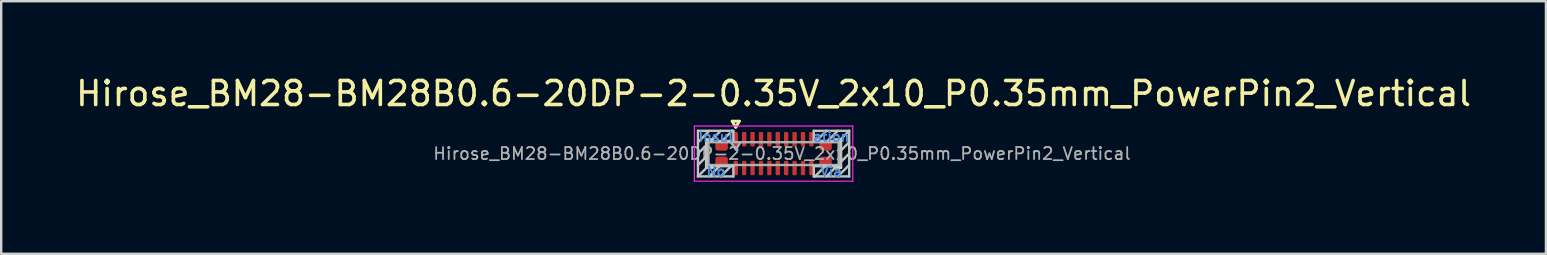
<source format=kicad_pcb>
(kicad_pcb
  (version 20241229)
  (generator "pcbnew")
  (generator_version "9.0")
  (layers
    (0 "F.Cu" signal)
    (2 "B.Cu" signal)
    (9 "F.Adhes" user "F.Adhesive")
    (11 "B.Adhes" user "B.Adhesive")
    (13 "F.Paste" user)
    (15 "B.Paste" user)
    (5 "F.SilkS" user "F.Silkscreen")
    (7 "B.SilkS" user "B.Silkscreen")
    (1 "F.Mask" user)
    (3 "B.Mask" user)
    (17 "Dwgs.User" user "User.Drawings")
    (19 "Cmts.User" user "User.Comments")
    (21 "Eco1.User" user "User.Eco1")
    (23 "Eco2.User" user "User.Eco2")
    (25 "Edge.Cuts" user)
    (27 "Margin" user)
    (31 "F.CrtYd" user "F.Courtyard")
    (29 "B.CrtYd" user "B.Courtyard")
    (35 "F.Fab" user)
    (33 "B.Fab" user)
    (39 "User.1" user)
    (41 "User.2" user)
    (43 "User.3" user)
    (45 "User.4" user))
  (footprint "Hirose_BM28-BM28B0.6-20DP-2-0.35V_2x10_P0.35mm_PowerPin2_Vertical"
    (layer "F.Cu")
    (at 29.173 3.348)
    (property "Reference" "Hirose_BM28-BM28B0.6-20DP-2-0.35V_2x10_P0.35mm_PowerPin2_Vertical" (at 0 -2.5 0) (layer "F.SilkS") (effects (font (size 1 1) (thickness 0.15))))
    (attr smd)
    (fp_line (start -2.799 -0.575) (end -2.549 -0.575) (stroke (width 0.12) (type solid)) (layer "F.SilkS"))
    (fp_line (start -2.799 0.575) (end -2.799 -0.575) (stroke (width 0.12) (type solid)) (layer "F.SilkS"))
    (fp_line (start -2.799 0.575) (end -2.549 0.575) (stroke (width 0.12) (type solid)) (layer "F.SilkS"))
    (fp_line (start -1.725 -1.35) (end -1.575 -1.1) (stroke (width 0.12) (type solid)) (layer "F.SilkS"))
    (fp_line (start -1.575 -1.1) (end -1.425 -1.35) (stroke (width 0.12) (type solid)) (layer "F.SilkS"))
    (fp_line (start -1.425 -1.35) (end -1.725 -1.35) (stroke (width 0.12) (type solid)) (layer "F.SilkS"))
    (fp_line (start 2.8 -0.575) (end 2.55 -0.575) (stroke (width 0.12) (type solid)) (layer "F.SilkS"))
    (fp_line (start 2.8 -0.575) (end 2.8 0.575) (stroke (width 0.12) (type solid)) (layer "F.SilkS"))
    (fp_line (start 2.8 0.575) (end 2.55 0.575) (stroke (width 0.12) (type solid)) (layer "F.SilkS"))
    (fp_line (start -3.15 -0.95) (end -3.15 0.95) (stroke (width 0.1) (type solid)) (layer "Dwgs.User"))
    (fp_line (start -3.15 0.475) (end -2.8 0.125) (stroke (width 0.1) (type solid)) (layer "Dwgs.User"))
    (fp_line (start -3.15 0.95) (end -2.725 0.525) (stroke (width 0.1) (type solid)) (layer "Dwgs.User"))
    (fp_line (start -3.15 0.95) (end -1.675 0.95) (stroke (width 0.1) (type solid)) (layer "Dwgs.User"))
    (fp_line (start -2.8 -0.525) (end -1.675 -0.525) (stroke (width 0.1) (type solid)) (layer "Dwgs.User"))
    (fp_line (start -2.8 -0.35) (end -3.15 0) (stroke (width 0.1) (type solid)) (layer "Dwgs.User"))
    (fp_line (start -2.8 0.525) (end -2.8 -0.525) (stroke (width 0.1) (type solid)) (layer "Dwgs.User"))
    (fp_line (start -2.675 -0.95) (end -3.15 -0.475) (stroke (width 0.1) (type solid)) (layer "Dwgs.User"))
    (fp_line (start -2.675 0.95) (end -2.25 0.525) (stroke (width 0.1) (type solid)) (layer "Dwgs.User"))
    (fp_line (start -2.625 -0.525) (end -2.2 -0.95) (stroke (width 0.1) (type solid)) (layer "Dwgs.User"))
    (fp_line (start -2.2 0.95) (end -1.775 0.525) (stroke (width 0.1) (type solid)) (layer "Dwgs.User"))
    (fp_line (start -1.725 -0.95) (end -2.15 -0.525) (stroke (width 0.1) (type solid)) (layer "Dwgs.User"))
    (fp_line (start -1.675 -0.95) (end -3.15 -0.95) (stroke (width 0.1) (type solid)) (layer "Dwgs.User"))
    (fp_line (start -1.675 -0.525) (end -1.675 -0.95) (stroke (width 0.1) (type solid)) (layer "Dwgs.User"))
    (fp_line (start -1.675 0.525) (end -2.8 0.525) (stroke (width 0.1) (type solid)) (layer "Dwgs.User"))
    (fp_line (start -1.675 0.95) (end -1.675 0.525) (stroke (width 0.1) (type solid)) (layer "Dwgs.User"))
    (fp_line (start 1.675 -0.95) (end 1.675 -0.525) (stroke (width 0.1) (type solid)) (layer "Dwgs.User"))
    (fp_line (start 1.675 -0.525) (end 2.8 -0.525) (stroke (width 0.1) (type solid)) (layer "Dwgs.User"))
    (fp_line (start 1.675 0.525) (end 1.675 0.95) (stroke (width 0.1) (type solid)) (layer "Dwgs.User"))
    (fp_line (start 1.675 0.95) (end 3.15 0.95) (stroke (width 0.1) (type solid)) (layer "Dwgs.User"))
    (fp_line (start 1.725 0.95) (end 2.15 0.525) (stroke (width 0.1) (type solid)) (layer "Dwgs.User"))
    (fp_line (start 2.2 -0.95) (end 1.775 -0.525) (stroke (width 0.1) (type solid)) (layer "Dwgs.User"))
    (fp_line (start 2.625 0.525) (end 2.2 0.95) (stroke (width 0.1) (type solid)) (layer "Dwgs.User"))
    (fp_line (start 2.675 -0.95) (end 2.25 -0.525) (stroke (width 0.1) (type solid)) (layer "Dwgs.User"))
    (fp_line (start 2.675 0.95) (end 3.15 0.475) (stroke (width 0.1) (type solid)) (layer "Dwgs.User"))
    (fp_line (start 2.8 -0.525) (end 2.8 0.525) (stroke (width 0.1) (type solid)) (layer "Dwgs.User"))
    (fp_line (start 2.8 0.35) (end 3.15 0) (stroke (width 0.1) (type solid)) (layer "Dwgs.User"))
    (fp_line (start 2.8 0.525) (end 1.675 0.525) (stroke (width 0.1) (type solid)) (layer "Dwgs.User"))
    (fp_line (start 3.15 -0.95) (end 1.675 -0.95) (stroke (width 0.1) (type solid)) (layer "Dwgs.User"))
    (fp_line (start 3.15 -0.95) (end 2.725 -0.525) (stroke (width 0.1) (type solid)) (layer "Dwgs.User"))
    (fp_line (start 3.15 -0.475) (end 2.8 -0.125) (stroke (width 0.1) (type solid)) (layer "Dwgs.User"))
    (fp_line (start 3.15 0.95) (end 3.15 -0.95) (stroke (width 0.1) (type solid)) (layer "Dwgs.User"))
    (fp_line (start -3.3 -1.15) (end -3.3 1.15) (stroke (width 0.05) (type solid)) (layer "F.CrtYd"))
    (fp_line (start -3.3 1.15) (end 3.3 1.15) (stroke (width 0.05) (type solid)) (layer "F.CrtYd"))
    (fp_line (start 3.3 -1.15) (end -3.3 -1.15) (stroke (width 0.05) (type solid)) (layer "F.CrtYd"))
    (fp_line (start 3.3 1.15) (end 3.3 -1.15) (stroke (width 0.05) (type solid)) (layer "F.CrtYd"))
    (fp_line (start -2.71 -0.475) (end -2.71 0.475) (stroke (width 0.1) (type solid)) (layer "F.Fab"))
    (fp_line (start -2.71 -0.475) (end 2.71 -0.475) (stroke (width 0.1) (type solid)) (layer "F.Fab"))
    (fp_line (start -2.71 0.475) (end 2.69 0.475) (stroke (width 0.1) (type solid)) (layer "F.Fab"))
    (fp_line (start -1.775 -0.475) (end -1.575 -0.175) (stroke (width 0.1) (type solid)) (layer "F.Fab"))
    (fp_line (start -1.575 -0.175) (end -1.375 -0.475) (stroke (width 0.1) (type solid)) (layer "F.Fab"))
    (fp_line (start 2.71 -0.475) (end 2.71 0.475) (stroke (width 0.1) (type solid)) (layer "F.Fab"))
    (fp_text user "No" (at -2.4 0.75 0) (unlocked yes) (layer "Cmts.User") (effects (font (size 0.4 0.4) (thickness 0.075))))
    (fp_text user "Insul" (at -2.4 -0.7 0) (unlocked yes) (layer "Cmts.User") (effects (font (size 0.4 0.4) (thickness 0.075))))
    (fp_text user "ation" (at 2.4 -0.7 0) (unlocked yes) (layer "Cmts.User") (effects (font (size 0.4 0.4) (thickness 0.075))))
    (fp_text user "Via" (at 2.4 0.75 0) (unlocked yes) (layer "Cmts.User") (effects (font (size 0.4 0.4) (thickness 0.075))))
    (fp_text user "${REFERENCE}" (at 0.35 0 0) (layer "F.Fab") (effects (font (size 0.5 0.5) (thickness 0.075))))
    (pad "1" smd roundrect (at -1.575 -0.6) (size 0.18 0.6) (layers "F.Cu" "F.Mask" "F.Paste") (roundrect_rratio 0.25))
    (pad "2" smd roundrect (at -1.575 0.6) (size 0.18 0.6) (layers "F.Cu" "F.Mask" "F.Paste") (roundrect_rratio 0.25))
    (pad "3" smd roundrect (at -1.225 -0.6) (size 0.18 0.6) (layers "F.Cu" "F.Mask" "F.Paste") (roundrect_rratio 0.25))
    (pad "4" smd roundrect (at -1.225 0.6) (size 0.18 0.6) (layers "F.Cu" "F.Mask" "F.Paste") (roundrect_rratio 0.25))
    (pad "5" smd roundrect (at -0.875 -0.6) (size 0.18 0.6) (layers "F.Cu" "F.Mask" "F.Paste") (roundrect_rratio 0.25))
    (pad "6" smd roundrect (at -0.875 0.6) (size 0.18 0.6) (layers "F.Cu" "F.Mask" "F.Paste") (roundrect_rratio 0.25))
    (pad "7" smd roundrect (at -0.525 -0.6) (size 0.18 0.6) (layers "F.Cu" "F.Mask" "F.Paste") (roundrect_rratio 0.25))
    (pad "8" smd roundrect (at -0.525 0.6) (size 0.18 0.6) (layers "F.Cu" "F.Mask" "F.Paste") (roundrect_rratio 0.25))
    (pad "9" smd roundrect (at -0.175 -0.6) (size 0.18 0.6) (layers "F.Cu" "F.Mask" "F.Paste") (roundrect_rratio 0.25))
    (pad "10" smd roundrect (at -0.175 0.6) (size 0.18 0.6) (layers "F.Cu" "F.Mask" "F.Paste") (roundrect_rratio 0.25))
    (pad "11" smd roundrect (at 0.175 -0.6) (size 0.18 0.6) (layers "F.Cu" "F.Mask" "F.Paste") (roundrect_rratio 0.25))
    (pad "12" smd roundrect (at 0.175 0.6) (size 0.18 0.6) (layers "F.Cu" "F.Mask" "F.Paste") (roundrect_rratio 0.25))
    (pad "13" smd roundrect (at 0.525 -0.6) (size 0.18 0.6) (layers "F.Cu" "F.Mask" "F.Paste") (roundrect_rratio 0.25))
    (pad "14" smd roundrect (at 0.525 0.6) (size 0.18 0.6) (layers "F.Cu" "F.Mask" "F.Paste") (roundrect_rratio 0.25))
    (pad "15" smd roundrect (at 0.875 -0.6) (size 0.18 0.6) (layers "F.Cu" "F.Mask" "F.Paste") (roundrect_rratio 0.25))
    (pad "16" smd roundrect (at 0.875 0.6) (size 0.18 0.6) (layers "F.Cu" "F.Mask" "F.Paste") (roundrect_rratio 0.25))
    (pad "17" smd roundrect (at 1.225 -0.6) (size 0.18 0.6) (layers "F.Cu" "F.Mask" "F.Paste") (roundrect_rratio 0.25))
    (pad "18" smd roundrect (at 1.225 0.6) (size 0.18 0.6) (layers "F.Cu" "F.Mask" "F.Paste") (roundrect_rratio 0.25))
    (pad "19" smd roundrect (at 1.575 -0.6) (size 0.18 0.6) (layers "F.Cu" "F.Mask" "F.Paste") (roundrect_rratio 0.25))
    (pad "20" smd roundrect (at 1.575 0.6) (size 0.18 0.6) (layers "F.Cu" "F.Mask" "F.Paste") (roundrect_rratio 0.25))
    (pad "21" smd roundrect (at -2.165 -0.325) (size 0.52 0.4) (layers "F.Cu" "F.Mask" "F.Paste") (roundrect_rratio 0.25))
    (pad "21" smd roundrect (at -2.165 0.325) (size 0.52 0.4) (layers "F.Cu" "F.Mask" "F.Paste") (roundrect_rratio 0.25))
    (pad "22" smd roundrect (at 2.165 -0.325) (size 0.52 0.4) (layers "F.Cu" "F.Mask" "F.Paste") (roundrect_rratio 0.25))
    (pad "22" smd roundrect (at 2.165 0.325) (size 0.52 0.4) (layers "F.Cu" "F.Mask" "F.Paste") (roundrect_rratio 0.25)))
  (gr_rect
    (start -3 -3)
    (end 61.345 7.523)
    (stroke (width 0.1) (type default))
    (fill no)
    (layer "Edge.Cuts")))
</source>
